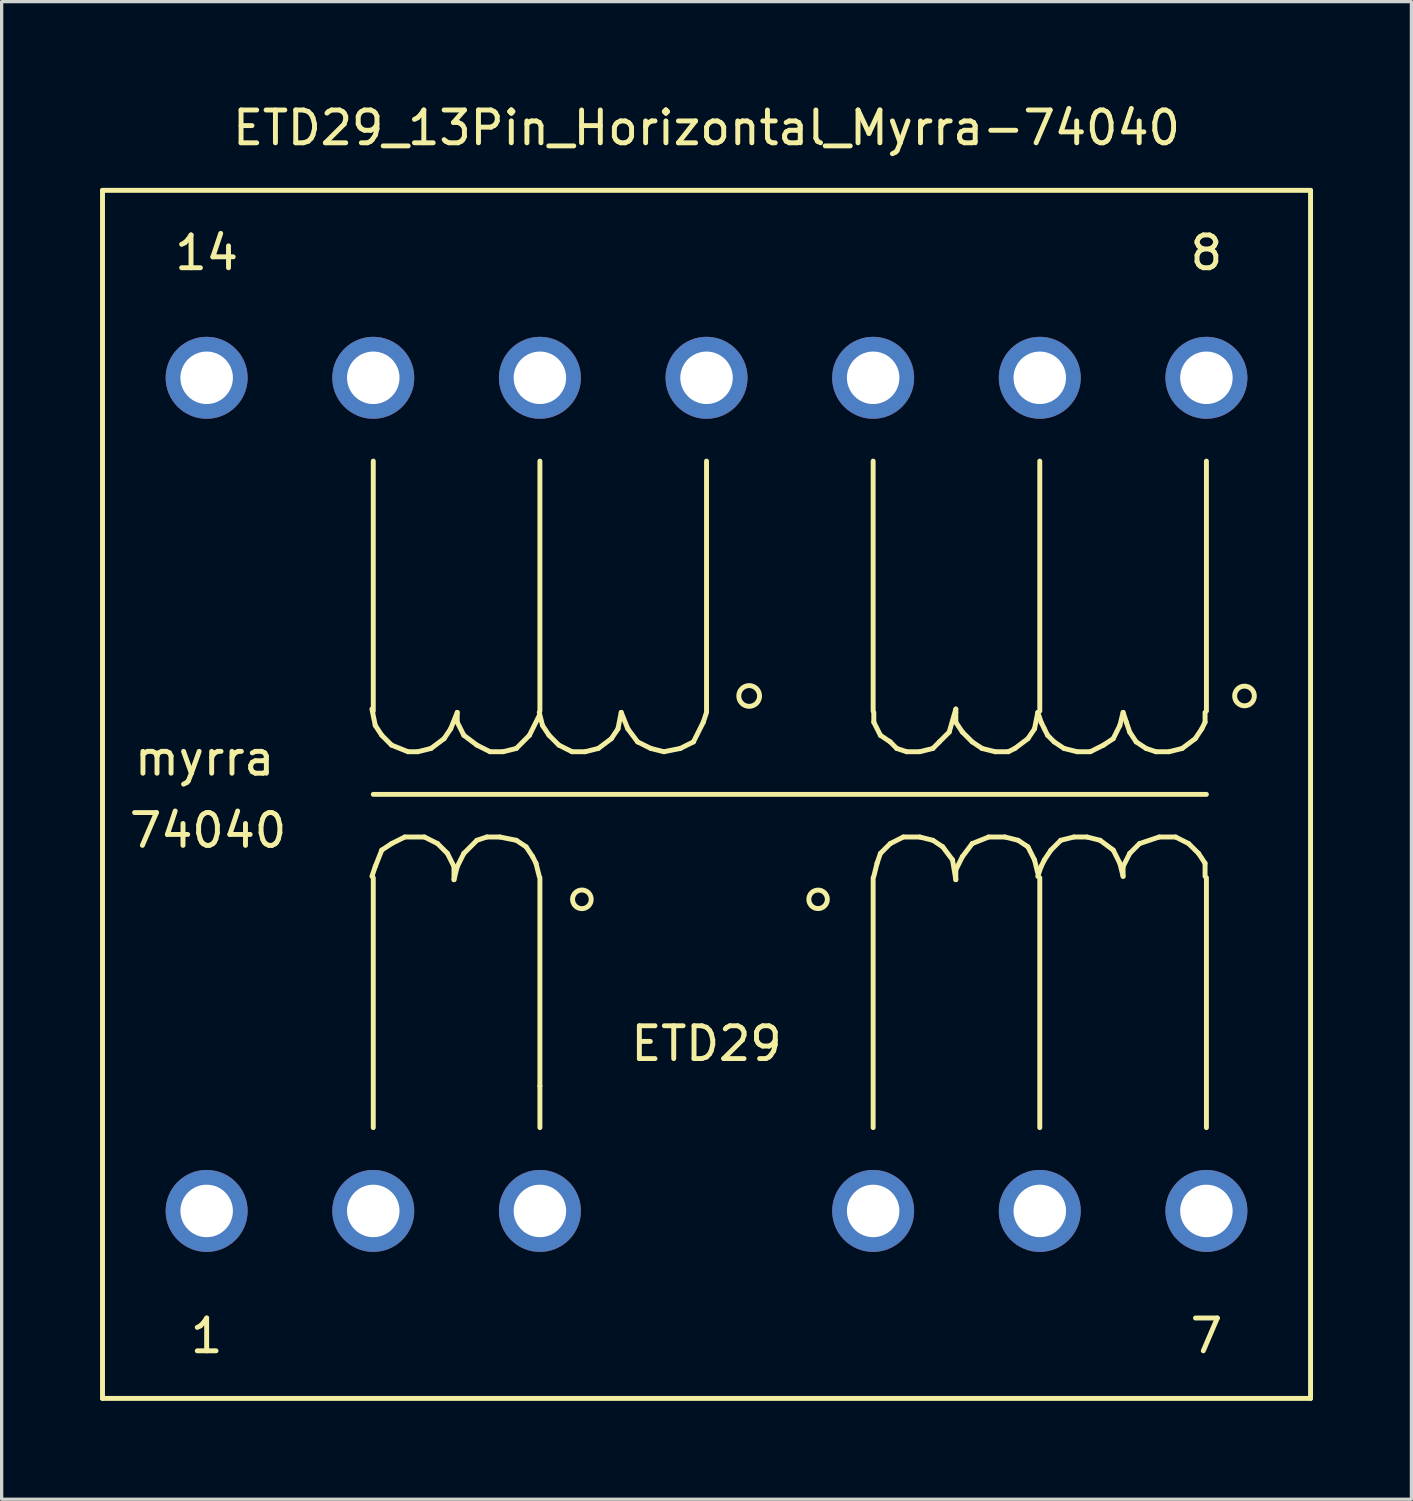
<source format=kicad_pcb>
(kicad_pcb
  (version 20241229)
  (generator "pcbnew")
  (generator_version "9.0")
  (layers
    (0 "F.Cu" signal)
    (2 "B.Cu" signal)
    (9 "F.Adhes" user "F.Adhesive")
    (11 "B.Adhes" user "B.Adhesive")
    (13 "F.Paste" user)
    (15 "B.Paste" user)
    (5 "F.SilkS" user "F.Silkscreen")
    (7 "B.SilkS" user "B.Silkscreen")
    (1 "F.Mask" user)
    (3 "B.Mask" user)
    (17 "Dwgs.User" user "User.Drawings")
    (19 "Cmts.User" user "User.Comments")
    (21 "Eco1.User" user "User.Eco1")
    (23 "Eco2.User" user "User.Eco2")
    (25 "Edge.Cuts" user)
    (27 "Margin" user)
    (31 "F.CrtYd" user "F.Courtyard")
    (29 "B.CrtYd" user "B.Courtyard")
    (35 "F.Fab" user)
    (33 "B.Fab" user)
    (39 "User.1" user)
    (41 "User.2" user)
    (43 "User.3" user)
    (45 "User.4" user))
  (footprint "ETD29_13Pin_Horizontal_Myrra-74040"
    (layer "F.Cu")
    (at 18.49 21.168)
    (property "Reference" "ETD29_13Pin_Horizontal_Myrra-74040" (at 0 -20.32 0) (layer "F.SilkS") (effects (font (size 1 1) (thickness 0.15))))
    (attr through_hole)
    (fp_line (start -18.415 -18.415) (end 18.415 -18.415) (stroke (width 0.15) (type solid)) (layer "F.SilkS"))
    (fp_line (start -18.415 18.415) (end -18.415 -18.415) (stroke (width 0.15) (type solid)) (layer "F.SilkS"))
    (fp_line (start -10.201 2.499) (end -10.099 2.2) (stroke (width 0.15) (type solid)) (layer "F.SilkS"))
    (fp_line (start -10.16 -2.54) (end -10.16 -10.16) (stroke (width 0.15) (type solid)) (layer "F.SilkS"))
    (fp_line (start -10.16 0) (end 15.24 0) (stroke (width 0.15) (type solid)) (layer "F.SilkS"))
    (fp_line (start -10.16 10.16) (end -10.16 2.54) (stroke (width 0.15) (type solid)) (layer "F.SilkS"))
    (fp_line (start -10.099 -2.101) (end -10.201 -2.601) (stroke (width 0.15) (type solid)) (layer "F.SilkS"))
    (fp_line (start -10.099 2.2) (end -9.901 1.699) (stroke (width 0.15) (type solid)) (layer "F.SilkS"))
    (fp_line (start -9.901 -1.801) (end -10.099 -2.101) (stroke (width 0.15) (type solid)) (layer "F.SilkS"))
    (fp_line (start -9.901 1.699) (end -9.601 1.501) (stroke (width 0.15) (type solid)) (layer "F.SilkS"))
    (fp_line (start -9.601 -1.501) (end -9.901 -1.801) (stroke (width 0.15) (type solid)) (layer "F.SilkS"))
    (fp_line (start -9.601 1.501) (end -9.2 1.3) (stroke (width 0.15) (type solid)) (layer "F.SilkS"))
    (fp_line (start -9.2 1.3) (end -8.6 1.3) (stroke (width 0.15) (type solid)) (layer "F.SilkS"))
    (fp_line (start -9.101 -1.3) (end -9.601 -1.501) (stroke (width 0.15) (type solid)) (layer "F.SilkS"))
    (fp_line (start -8.801 -1.3) (end -9.101 -1.3) (stroke (width 0.15) (type solid)) (layer "F.SilkS"))
    (fp_line (start -8.6 1.3) (end -8.199 1.501) (stroke (width 0.15) (type solid)) (layer "F.SilkS"))
    (fp_line (start -8.4 -1.4) (end -8.801 -1.3) (stroke (width 0.15) (type solid)) (layer "F.SilkS"))
    (fp_line (start -8.199 1.501) (end -7.899 1.801) (stroke (width 0.15) (type solid)) (layer "F.SilkS"))
    (fp_line (start -8.001 -1.699) (end -8.4 -1.4) (stroke (width 0.15) (type solid)) (layer "F.SilkS"))
    (fp_line (start -7.899 1.801) (end -7.699 2.2) (stroke (width 0.15) (type solid)) (layer "F.SilkS"))
    (fp_line (start -7.8 -1.999) (end -8.001 -1.699) (stroke (width 0.15) (type solid)) (layer "F.SilkS"))
    (fp_line (start -7.699 2.2) (end -7.699 2.601) (stroke (width 0.15) (type solid)) (layer "F.SilkS"))
    (fp_line (start -7.699 2.601) (end -7.6 2.2) (stroke (width 0.15) (type solid)) (layer "F.SilkS"))
    (fp_line (start -7.6 -2.499) (end -7.8 -1.999) (stroke (width 0.15) (type solid)) (layer "F.SilkS"))
    (fp_line (start -7.6 -2.2) (end -7.6 -2.499) (stroke (width 0.15) (type solid)) (layer "F.SilkS"))
    (fp_line (start -7.6 2.2) (end -7.399 1.801) (stroke (width 0.15) (type solid)) (layer "F.SilkS"))
    (fp_line (start -7.399 -1.801) (end -7.6 -2.2) (stroke (width 0.15) (type solid)) (layer "F.SilkS"))
    (fp_line (start -7.399 1.801) (end -7 1.4) (stroke (width 0.15) (type solid)) (layer "F.SilkS"))
    (fp_line (start -7 -1.501) (end -7.399 -1.801) (stroke (width 0.15) (type solid)) (layer "F.SilkS"))
    (fp_line (start -7 1.4) (end -6.701 1.3) (stroke (width 0.15) (type solid)) (layer "F.SilkS"))
    (fp_line (start -6.701 1.3) (end -6.299 1.3) (stroke (width 0.15) (type solid)) (layer "F.SilkS"))
    (fp_line (start -6.599 -1.3) (end -7 -1.501) (stroke (width 0.15) (type solid)) (layer "F.SilkS"))
    (fp_line (start -6.299 1.3) (end -5.799 1.4) (stroke (width 0.15) (type solid)) (layer "F.SilkS"))
    (fp_line (start -6.2 -1.3) (end -6.599 -1.3) (stroke (width 0.15) (type solid)) (layer "F.SilkS"))
    (fp_line (start -5.799 -1.4) (end -6.2 -1.3) (stroke (width 0.15) (type solid)) (layer "F.SilkS"))
    (fp_line (start -5.799 1.4) (end -5.499 1.6) (stroke (width 0.15) (type solid)) (layer "F.SilkS"))
    (fp_line (start -5.499 1.6) (end -5.301 1.9) (stroke (width 0.15) (type solid)) (layer "F.SilkS"))
    (fp_line (start -5.4 -1.801) (end -5.799 -1.4) (stroke (width 0.15) (type solid)) (layer "F.SilkS"))
    (fp_line (start -5.301 1.9) (end -5.199 2.101) (stroke (width 0.15) (type solid)) (layer "F.SilkS"))
    (fp_line (start -5.199 2.101) (end -5.1 2.499) (stroke (width 0.15) (type solid)) (layer "F.SilkS"))
    (fp_line (start -5.1 -2.4) (end -5.4 -1.801) (stroke (width 0.15) (type solid)) (layer "F.SilkS"))
    (fp_line (start -5.08 -2.54) (end -5.08 -10.16) (stroke (width 0.15) (type solid)) (layer "F.SilkS"))
    (fp_line (start -5.08 2.54) (end -5.08 8.89) (stroke (width 0.15) (type solid)) (layer "F.SilkS"))
    (fp_line (start -5.08 8.89) (end -5.08 10.16) (stroke (width 0.15) (type solid)) (layer "F.SilkS"))
    (fp_line (start -5.001 -2.101) (end -5.1 -2.499) (stroke (width 0.15) (type solid)) (layer "F.SilkS"))
    (fp_line (start -4.801 -1.801) (end -5.001 -2.101) (stroke (width 0.15) (type solid)) (layer "F.SilkS"))
    (fp_line (start -4.501 -1.501) (end -4.801 -1.801) (stroke (width 0.15) (type solid)) (layer "F.SilkS"))
    (fp_line (start -4.1 -1.3) (end -4.501 -1.501) (stroke (width 0.15) (type solid)) (layer "F.SilkS"))
    (fp_line (start -3.701 -1.3) (end -4.1 -1.3) (stroke (width 0.15) (type solid)) (layer "F.SilkS"))
    (fp_line (start -3.299 -1.4) (end -3.701 -1.3) (stroke (width 0.15) (type solid)) (layer "F.SilkS"))
    (fp_line (start -2.901 -1.699) (end -3.299 -1.4) (stroke (width 0.15) (type solid)) (layer "F.SilkS"))
    (fp_line (start -2.7 -1.999) (end -2.901 -1.699) (stroke (width 0.15) (type solid)) (layer "F.SilkS"))
    (fp_line (start -2.601 -2.499) (end -2.7 -1.999) (stroke (width 0.15) (type solid)) (layer "F.SilkS"))
    (fp_line (start -2.4 -1.999) (end -2.601 -2.499) (stroke (width 0.15) (type solid)) (layer "F.SilkS"))
    (fp_line (start -2.101 -1.6) (end -2.4 -1.999) (stroke (width 0.15) (type solid)) (layer "F.SilkS"))
    (fp_line (start -1.699 -1.4) (end -2.101 -1.6) (stroke (width 0.15) (type solid)) (layer "F.SilkS"))
    (fp_line (start -1.3 -1.3) (end -1.699 -1.4) (stroke (width 0.15) (type solid)) (layer "F.SilkS"))
    (fp_line (start -0.8 -1.4) (end -1.3 -1.3) (stroke (width 0.15) (type solid)) (layer "F.SilkS"))
    (fp_line (start -0.399 -1.6) (end -0.8 -1.4) (stroke (width 0.15) (type solid)) (layer "F.SilkS"))
    (fp_line (start -0.099 -2.2) (end -0.399 -1.6) (stroke (width 0.15) (type solid)) (layer "F.SilkS"))
    (fp_line (start 0 -2.54) (end 0 -10.16) (stroke (width 0.15) (type solid)) (layer "F.SilkS"))
    (fp_line (start 0 -2.499) (end -0.099 -2.2) (stroke (width 0.15) (type solid)) (layer "F.SilkS"))
    (fp_line (start 5.08 -2.54) (end 5.08 -10.16) (stroke (width 0.15) (type solid)) (layer "F.SilkS"))
    (fp_line (start 5.08 2.54) (end 5.08 10.16) (stroke (width 0.15) (type solid)) (layer "F.SilkS"))
    (fp_line (start 5.1 -2.2) (end 5.1 -2.499) (stroke (width 0.15) (type solid)) (layer "F.SilkS"))
    (fp_line (start 5.199 2.101) (end 5.1 2.499) (stroke (width 0.15) (type solid)) (layer "F.SilkS"))
    (fp_line (start 5.301 -1.801) (end 5.1 -2.2) (stroke (width 0.15) (type solid)) (layer "F.SilkS"))
    (fp_line (start 5.301 1.801) (end 5.199 2.101) (stroke (width 0.15) (type solid)) (layer "F.SilkS"))
    (fp_line (start 5.601 -1.6) (end 5.301 -1.801) (stroke (width 0.15) (type solid)) (layer "F.SilkS"))
    (fp_line (start 5.601 1.501) (end 5.301 1.801) (stroke (width 0.15) (type solid)) (layer "F.SilkS"))
    (fp_line (start 5.799 -1.4) (end 5.601 -1.6) (stroke (width 0.15) (type solid)) (layer "F.SilkS"))
    (fp_line (start 5.999 1.3) (end 5.601 1.501) (stroke (width 0.15) (type solid)) (layer "F.SilkS"))
    (fp_line (start 6.101 -1.3) (end 5.799 -1.4) (stroke (width 0.15) (type solid)) (layer "F.SilkS"))
    (fp_line (start 6.5 -1.3) (end 6.101 -1.3) (stroke (width 0.15) (type solid)) (layer "F.SilkS"))
    (fp_line (start 6.5 1.3) (end 5.999 1.3) (stroke (width 0.15) (type solid)) (layer "F.SilkS"))
    (fp_line (start 6.901 -1.4) (end 6.5 -1.3) (stroke (width 0.15) (type solid)) (layer "F.SilkS"))
    (fp_line (start 6.901 1.4) (end 6.5 1.3) (stroke (width 0.15) (type solid)) (layer "F.SilkS"))
    (fp_line (start 7.099 -1.6) (end 6.901 -1.4) (stroke (width 0.15) (type solid)) (layer "F.SilkS"))
    (fp_line (start 7.201 1.6) (end 6.901 1.4) (stroke (width 0.15) (type solid)) (layer "F.SilkS"))
    (fp_line (start 7.399 -1.9) (end 7.099 -1.6) (stroke (width 0.15) (type solid)) (layer "F.SilkS"))
    (fp_line (start 7.501 1.999) (end 7.201 1.6) (stroke (width 0.15) (type solid)) (layer "F.SilkS"))
    (fp_line (start 7.6 -2.601) (end 7.399 -1.9) (stroke (width 0.15) (type solid)) (layer "F.SilkS"))
    (fp_line (start 7.6 -2.499) (end 7.6 -2.601) (stroke (width 0.15) (type solid)) (layer "F.SilkS"))
    (fp_line (start 7.6 -2.2) (end 7.6 -2.499) (stroke (width 0.15) (type solid)) (layer "F.SilkS"))
    (fp_line (start 7.6 2.301) (end 7.6 2.601) (stroke (width 0.15) (type solid)) (layer "F.SilkS"))
    (fp_line (start 7.6 2.601) (end 7.501 1.999) (stroke (width 0.15) (type solid)) (layer "F.SilkS"))
    (fp_line (start 7.8 -1.9) (end 7.6 -2.2) (stroke (width 0.15) (type solid)) (layer "F.SilkS"))
    (fp_line (start 7.8 1.9) (end 7.6 2.301) (stroke (width 0.15) (type solid)) (layer "F.SilkS"))
    (fp_line (start 8.1 -1.6) (end 7.8 -1.9) (stroke (width 0.15) (type solid)) (layer "F.SilkS"))
    (fp_line (start 8.1 1.501) (end 7.8 1.9) (stroke (width 0.15) (type solid)) (layer "F.SilkS"))
    (fp_line (start 8.4 -1.4) (end 8.1 -1.6) (stroke (width 0.15) (type solid)) (layer "F.SilkS"))
    (fp_line (start 8.6 1.3) (end 8.1 1.501) (stroke (width 0.15) (type solid)) (layer "F.SilkS"))
    (fp_line (start 8.801 -1.3) (end 8.4 -1.4) (stroke (width 0.15) (type solid)) (layer "F.SilkS"))
    (fp_line (start 9.101 1.3) (end 8.6 1.3) (stroke (width 0.15) (type solid)) (layer "F.SilkS"))
    (fp_line (start 9.2 -1.3) (end 8.801 -1.3) (stroke (width 0.15) (type solid)) (layer "F.SilkS"))
    (fp_line (start 9.401 -1.4) (end 9.2 -1.3) (stroke (width 0.15) (type solid)) (layer "F.SilkS"))
    (fp_line (start 9.5 1.4) (end 9.101 1.3) (stroke (width 0.15) (type solid)) (layer "F.SilkS"))
    (fp_line (start 9.799 -1.699) (end 9.401 -1.4) (stroke (width 0.15) (type solid)) (layer "F.SilkS"))
    (fp_line (start 9.799 1.6) (end 9.5 1.4) (stroke (width 0.15) (type solid)) (layer "F.SilkS"))
    (fp_line (start 10 -1.999) (end 9.799 -1.699) (stroke (width 0.15) (type solid)) (layer "F.SilkS"))
    (fp_line (start 10 1.999) (end 9.799 1.6) (stroke (width 0.15) (type solid)) (layer "F.SilkS"))
    (fp_line (start 10.099 -2.499) (end 10 -1.999) (stroke (width 0.15) (type solid)) (layer "F.SilkS"))
    (fp_line (start 10.099 2.4) (end 10 1.999) (stroke (width 0.15) (type solid)) (layer "F.SilkS"))
    (fp_line (start 10.16 -2.54) (end 10.16 -10.16) (stroke (width 0.15) (type solid)) (layer "F.SilkS"))
    (fp_line (start 10.16 2.54) (end 10.16 10.16) (stroke (width 0.15) (type solid)) (layer "F.SilkS"))
    (fp_line (start 10.201 -2.2) (end 10.099 -2.499) (stroke (width 0.15) (type solid)) (layer "F.SilkS"))
    (fp_line (start 10.201 2.2) (end 10.099 2.499) (stroke (width 0.15) (type solid)) (layer "F.SilkS"))
    (fp_line (start 10.3 -1.999) (end 10.201 -2.2) (stroke (width 0.15) (type solid)) (layer "F.SilkS"))
    (fp_line (start 10.3 1.999) (end 10.201 2.2) (stroke (width 0.15) (type solid)) (layer "F.SilkS"))
    (fp_line (start 10.399 -1.801) (end 10.3 -1.999) (stroke (width 0.15) (type solid)) (layer "F.SilkS"))
    (fp_line (start 10.5 1.699) (end 10.3 1.999) (stroke (width 0.15) (type solid)) (layer "F.SilkS"))
    (fp_line (start 10.599 -1.6) (end 10.399 -1.801) (stroke (width 0.15) (type solid)) (layer "F.SilkS"))
    (fp_line (start 10.8 1.4) (end 10.5 1.699) (stroke (width 0.15) (type solid)) (layer "F.SilkS"))
    (fp_line (start 10.899 -1.4) (end 10.599 -1.6) (stroke (width 0.15) (type solid)) (layer "F.SilkS"))
    (fp_line (start 11.199 1.3) (end 10.8 1.4) (stroke (width 0.15) (type solid)) (layer "F.SilkS"))
    (fp_line (start 11.3 -1.3) (end 10.899 -1.4) (stroke (width 0.15) (type solid)) (layer "F.SilkS"))
    (fp_line (start 11.6 1.3) (end 11.199 1.3) (stroke (width 0.15) (type solid)) (layer "F.SilkS"))
    (fp_line (start 11.699 -1.3) (end 11.3 -1.3) (stroke (width 0.15) (type solid)) (layer "F.SilkS"))
    (fp_line (start 11.999 1.4) (end 11.6 1.3) (stroke (width 0.15) (type solid)) (layer "F.SilkS"))
    (fp_line (start 12.101 -1.501) (end 11.699 -1.3) (stroke (width 0.15) (type solid)) (layer "F.SilkS"))
    (fp_line (start 12.4 -1.699) (end 12.101 -1.501) (stroke (width 0.15) (type solid)) (layer "F.SilkS"))
    (fp_line (start 12.4 1.699) (end 11.999 1.4) (stroke (width 0.15) (type solid)) (layer "F.SilkS"))
    (fp_line (start 12.601 -2.101) (end 12.4 -1.699) (stroke (width 0.15) (type solid)) (layer "F.SilkS"))
    (fp_line (start 12.601 2.101) (end 12.4 1.699) (stroke (width 0.15) (type solid)) (layer "F.SilkS"))
    (fp_line (start 12.7 -2.499) (end 12.601 -2.101) (stroke (width 0.15) (type solid)) (layer "F.SilkS"))
    (fp_line (start 12.7 2.2) (end 12.7 2.499) (stroke (width 0.15) (type solid)) (layer "F.SilkS"))
    (fp_line (start 12.7 2.499) (end 12.601 2.101) (stroke (width 0.15) (type solid)) (layer "F.SilkS"))
    (fp_line (start 12.799 -2.2) (end 12.7 -2.499) (stroke (width 0.15) (type solid)) (layer "F.SilkS"))
    (fp_line (start 12.901 -1.9) (end 12.799 -2.2) (stroke (width 0.15) (type solid)) (layer "F.SilkS"))
    (fp_line (start 12.901 1.801) (end 12.7 2.2) (stroke (width 0.15) (type solid)) (layer "F.SilkS"))
    (fp_line (start 13.099 -1.6) (end 12.901 -1.9) (stroke (width 0.15) (type solid)) (layer "F.SilkS"))
    (fp_line (start 13.2 1.501) (end 12.901 1.801) (stroke (width 0.15) (type solid)) (layer "F.SilkS"))
    (fp_line (start 13.401 -1.4) (end 13.099 -1.6) (stroke (width 0.15) (type solid)) (layer "F.SilkS"))
    (fp_line (start 13.701 -1.3) (end 13.401 -1.4) (stroke (width 0.15) (type solid)) (layer "F.SilkS"))
    (fp_line (start 13.8 1.3) (end 13.2 1.501) (stroke (width 0.15) (type solid)) (layer "F.SilkS"))
    (fp_line (start 14.1 -1.3) (end 13.701 -1.3) (stroke (width 0.15) (type solid)) (layer "F.SilkS"))
    (fp_line (start 14.3 1.3) (end 13.8 1.3) (stroke (width 0.15) (type solid)) (layer "F.SilkS"))
    (fp_line (start 14.501 -1.4) (end 14.1 -1.3) (stroke (width 0.15) (type solid)) (layer "F.SilkS"))
    (fp_line (start 14.699 1.501) (end 14.3 1.3) (stroke (width 0.15) (type solid)) (layer "F.SilkS"))
    (fp_line (start 14.9 -1.699) (end 14.501 -1.4) (stroke (width 0.15) (type solid)) (layer "F.SilkS"))
    (fp_line (start 15.001 1.801) (end 14.699 1.501) (stroke (width 0.15) (type solid)) (layer "F.SilkS"))
    (fp_line (start 15.1 -1.999) (end 14.9 -1.699) (stroke (width 0.15) (type solid)) (layer "F.SilkS"))
    (fp_line (start 15.199 -2.499) (end 15.199 -2.2) (stroke (width 0.15) (type solid)) (layer "F.SilkS"))
    (fp_line (start 15.199 -2.2) (end 15.1 -1.999) (stroke (width 0.15) (type solid)) (layer "F.SilkS"))
    (fp_line (start 15.199 2.101) (end 15.001 1.801) (stroke (width 0.15) (type solid)) (layer "F.SilkS"))
    (fp_line (start 15.199 2.499) (end 15.199 2.101) (stroke (width 0.15) (type solid)) (layer "F.SilkS"))
    (fp_line (start 15.24 -2.54) (end 15.24 -10.16) (stroke (width 0.15) (type solid)) (layer "F.SilkS"))
    (fp_line (start 15.24 2.54) (end 15.24 10.16) (stroke (width 0.15) (type solid)) (layer "F.SilkS"))
    (fp_line (start 18.415 -18.415) (end 18.415 18.415) (stroke (width 0.15) (type solid)) (layer "F.SilkS"))
    (fp_line (start 18.415 18.415) (end -18.415 18.415) (stroke (width 0.15) (type solid)) (layer "F.SilkS"))
    (fp_circle (center -3.8 3.2) (end -3.599 3.401) (stroke (width 0.15) (type solid)) (fill no) (layer "F.SilkS"))
    (fp_circle (center 1.3 -3) (end 1.4 -2.7) (stroke (width 0.15) (type solid)) (fill no) (layer "F.SilkS"))
    (fp_circle (center 3.401 3.2) (end 3.599 3.401) (stroke (width 0.15) (type solid)) (fill no) (layer "F.SilkS"))
    (fp_circle (center 16.401 -3) (end 16.401 -2.7) (stroke (width 0.15) (type solid)) (fill no) (layer "F.SilkS"))
    (fp_text user "1" (at -15.24 16.51 0) (layer "F.SilkS") (effects (font (size 1 1) (thickness 0.15))))
    (fp_text user "14" (at -15.24 -16.51 0) (layer "F.SilkS") (effects (font (size 1 1) (thickness 0.15))))
    (fp_text user "7" (at 15.24 16.51 0) (layer "F.SilkS") (effects (font (size 1 1) (thickness 0.15))))
    (fp_text user "ETD29" (at 0 7.6 0) (layer "F.SilkS") (effects (font (size 1 1) (thickness 0.15))))
    (fp_text user "74040" (at -15.199 1.1 0) (layer "F.SilkS") (effects (font (size 1 1) (thickness 0.15))))
    (fp_text user "8" (at 15.24 -16.51 0) (layer "F.SilkS") (effects (font (size 1 1) (thickness 0.15))))
    (fp_text user "myrra" (at -15.301 -1.1 0) (layer "F.SilkS") (effects (font (size 1 1) (thickness 0.15))))
    (pad "1" thru_hole circle (at -15.24 12.7) (size 2.499 2.499) (drill 1.6) (layers "*.Cu" "*.Mask"))
    (pad "2" thru_hole circle (at -10.16 12.7) (size 2.499 2.499) (drill 1.6) (layers "*.Cu" "*.Mask"))
    (pad "3" thru_hole circle (at -5.08 12.7) (size 2.499 2.499) (drill 1.6) (layers "*.Cu" "*.Mask"))
    (pad "5" thru_hole circle (at 5.08 12.7) (size 2.499 2.499) (drill 1.6) (layers "*.Cu" "*.Mask"))
    (pad "6" thru_hole circle (at 10.16 12.7) (size 2.499 2.499) (drill 1.6) (layers "*.Cu" "*.Mask"))
    (pad "7" thru_hole circle (at 15.24 12.7) (size 2.499 2.499) (drill 1.6) (layers "*.Cu" "*.Mask"))
    (pad "8" thru_hole circle (at 15.24 -12.7) (size 2.499 2.499) (drill 1.6) (layers "*.Cu" "*.Mask"))
    (pad "9" thru_hole circle (at 10.16 -12.7) (size 2.499 2.499) (drill 1.6) (layers "*.Cu" "*.Mask"))
    (pad "10" thru_hole circle (at 5.08 -12.7) (size 2.499 2.499) (drill 1.6) (layers "*.Cu" "*.Mask"))
    (pad "11" thru_hole circle (at 0 -12.7) (size 2.499 2.499) (drill 1.6) (layers "*.Cu" "*.Mask"))
    (pad "12" thru_hole circle (at -5.08 -12.7) (size 2.499 2.499) (drill 1.6) (layers "*.Cu" "*.Mask"))
    (pad "13" thru_hole circle (at -10.16 -12.7) (size 2.499 2.499) (drill 1.6) (layers "*.Cu" "*.Mask"))
    (pad "14" thru_hole circle (at -15.24 -12.7) (size 2.499 2.499) (drill 1.6) (layers "*.Cu" "*.Mask")))
  (gr_rect
    (start -3 -3)
    (end 39.98 42.658)
    (stroke (width 0.1) (type default))
    (fill no)
    (layer "Edge.Cuts")))
</source>
